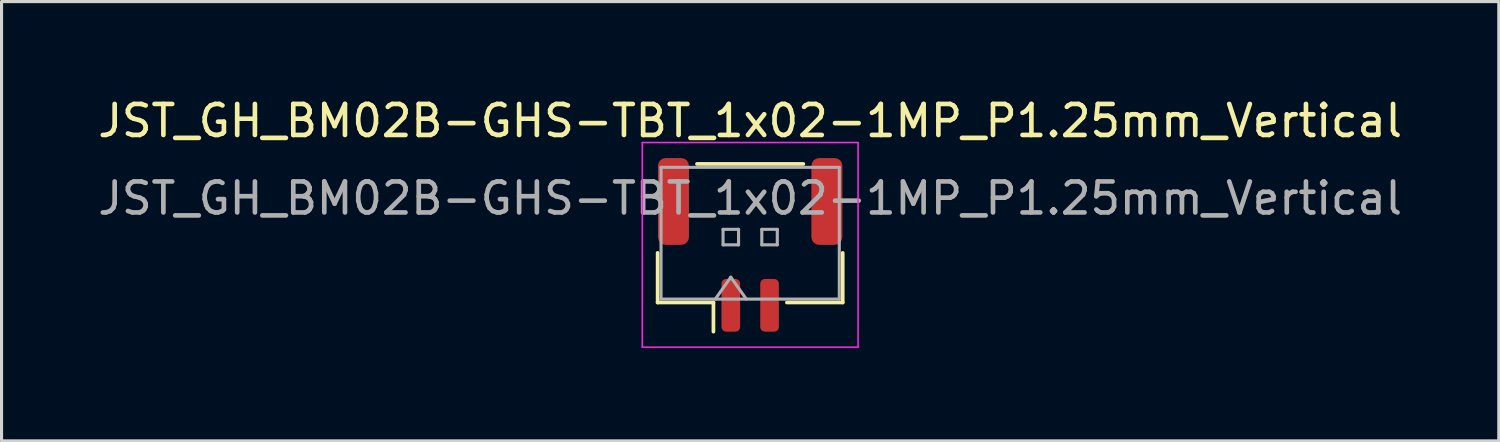
<source format=kicad_pcb>
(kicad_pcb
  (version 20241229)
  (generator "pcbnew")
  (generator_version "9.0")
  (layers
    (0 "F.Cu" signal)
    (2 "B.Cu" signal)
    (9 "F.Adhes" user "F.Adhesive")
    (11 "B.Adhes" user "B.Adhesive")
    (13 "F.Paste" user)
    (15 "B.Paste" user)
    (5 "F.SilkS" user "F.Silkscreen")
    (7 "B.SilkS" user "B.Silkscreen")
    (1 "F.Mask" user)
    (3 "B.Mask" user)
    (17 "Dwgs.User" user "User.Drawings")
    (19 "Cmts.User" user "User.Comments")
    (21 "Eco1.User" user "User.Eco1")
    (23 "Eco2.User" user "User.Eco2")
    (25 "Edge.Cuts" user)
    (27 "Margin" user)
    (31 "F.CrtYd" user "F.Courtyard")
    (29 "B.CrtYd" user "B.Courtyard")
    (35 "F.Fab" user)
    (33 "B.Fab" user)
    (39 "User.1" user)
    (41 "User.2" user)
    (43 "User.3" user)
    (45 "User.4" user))
  (footprint "JST_GH_BM02B-GHS-TBT_1x02-1MP_P1.25mm_Vertical"
    (layer "F.Cu")
    (at 21.149 4.848)
    (property "Reference" "JST_GH_BM02B-GHS-TBT_1x02-1MP_P1.25mm_Vertical" (at 0 -4 0) (layer "F.SilkS") (effects (font (size 1 1) (thickness 0.15))))
    (attr smd)
    (fp_line (start -2.985 0.26) (end -2.985 1.86) (stroke (width 0.12) (type solid)) (layer "F.SilkS"))
    (fp_line (start -2.985 1.86) (end -1.185 1.86) (stroke (width 0.12) (type solid)) (layer "F.SilkS"))
    (fp_line (start -1.715 -2.61) (end 1.715 -2.61) (stroke (width 0.12) (type solid)) (layer "F.SilkS"))
    (fp_line (start -1.185 1.86) (end -1.185 2.8) (stroke (width 0.12) (type solid)) (layer "F.SilkS"))
    (fp_line (start 2.985 0.26) (end 2.985 1.86) (stroke (width 0.12) (type solid)) (layer "F.SilkS"))
    (fp_line (start 2.985 1.86) (end 1.185 1.86) (stroke (width 0.12) (type solid)) (layer "F.SilkS"))
    (fp_line (start -3.48 -3.3) (end -3.48 3.3) (stroke (width 0.05) (type solid)) (layer "F.CrtYd"))
    (fp_line (start -3.48 3.3) (end 3.48 3.3) (stroke (width 0.05) (type solid)) (layer "F.CrtYd"))
    (fp_line (start 3.48 -3.3) (end -3.48 -3.3) (stroke (width 0.05) (type solid)) (layer "F.CrtYd"))
    (fp_line (start 3.48 3.3) (end 3.48 -3.3) (stroke (width 0.05) (type solid)) (layer "F.CrtYd"))
    (fp_line (start -2.875 -2.5) (end 2.875 -2.5) (stroke (width 0.1) (type solid)) (layer "F.Fab"))
    (fp_line (start -2.875 1.75) (end -2.875 -2.5) (stroke (width 0.1) (type solid)) (layer "F.Fab"))
    (fp_line (start -2.875 1.75) (end 2.875 1.75) (stroke (width 0.1) (type solid)) (layer "F.Fab"))
    (fp_line (start -1.125 1.75) (end -0.625 1.043) (stroke (width 0.1) (type solid)) (layer "F.Fab"))
    (fp_line (start -0.875 -0.5) (end -0.875 0) (stroke (width 0.1) (type solid)) (layer "F.Fab"))
    (fp_line (start -0.875 0) (end -0.375 0) (stroke (width 0.1) (type solid)) (layer "F.Fab"))
    (fp_line (start -0.625 1.043) (end -0.125 1.75) (stroke (width 0.1) (type solid)) (layer "F.Fab"))
    (fp_line (start -0.375 -0.5) (end -0.875 -0.5) (stroke (width 0.1) (type solid)) (layer "F.Fab"))
    (fp_line (start -0.375 0) (end -0.375 -0.5) (stroke (width 0.1) (type solid)) (layer "F.Fab"))
    (fp_line (start 0.375 -0.5) (end 0.375 0) (stroke (width 0.1) (type solid)) (layer "F.Fab"))
    (fp_line (start 0.375 0) (end 0.875 0) (stroke (width 0.1) (type solid)) (layer "F.Fab"))
    (fp_line (start 0.875 -0.5) (end 0.375 -0.5) (stroke (width 0.1) (type solid)) (layer "F.Fab"))
    (fp_line (start 0.875 0) (end 0.875 -0.5) (stroke (width 0.1) (type solid)) (layer "F.Fab"))
    (fp_line (start 2.875 1.75) (end 2.875 -2.5) (stroke (width 0.1) (type solid)) (layer "F.Fab"))
    (fp_text user "${REFERENCE}" (at 0 -1.5 0) (layer "F.Fab") (effects (font (size 1 1) (thickness 0.15))))
    (pad "1" smd roundrect (at -0.625 1.95) (size 0.6 1.7) (layers "F.Cu" "F.Mask" "F.Paste") (roundrect_rratio 0.25))
    (pad "2" smd roundrect (at 0.625 1.95) (size 0.6 1.7) (layers "F.Cu" "F.Mask" "F.Paste") (roundrect_rratio 0.25))
    (pad "MP" smd roundrect (at -2.475 -1.4) (size 1 2.8) (layers "F.Cu" "F.Mask" "F.Paste") (roundrect_rratio 0.25))
    (pad "MP" smd roundrect (at 2.475 -1.4) (size 1 2.8) (layers "F.Cu" "F.Mask" "F.Paste") (roundrect_rratio 0.25)))
  (gr_rect
    (start -3 -3)
    (end 45.298 11.173)
    (stroke (width 0.1) (type default))
    (fill no)
    (layer "Edge.Cuts")))
</source>
